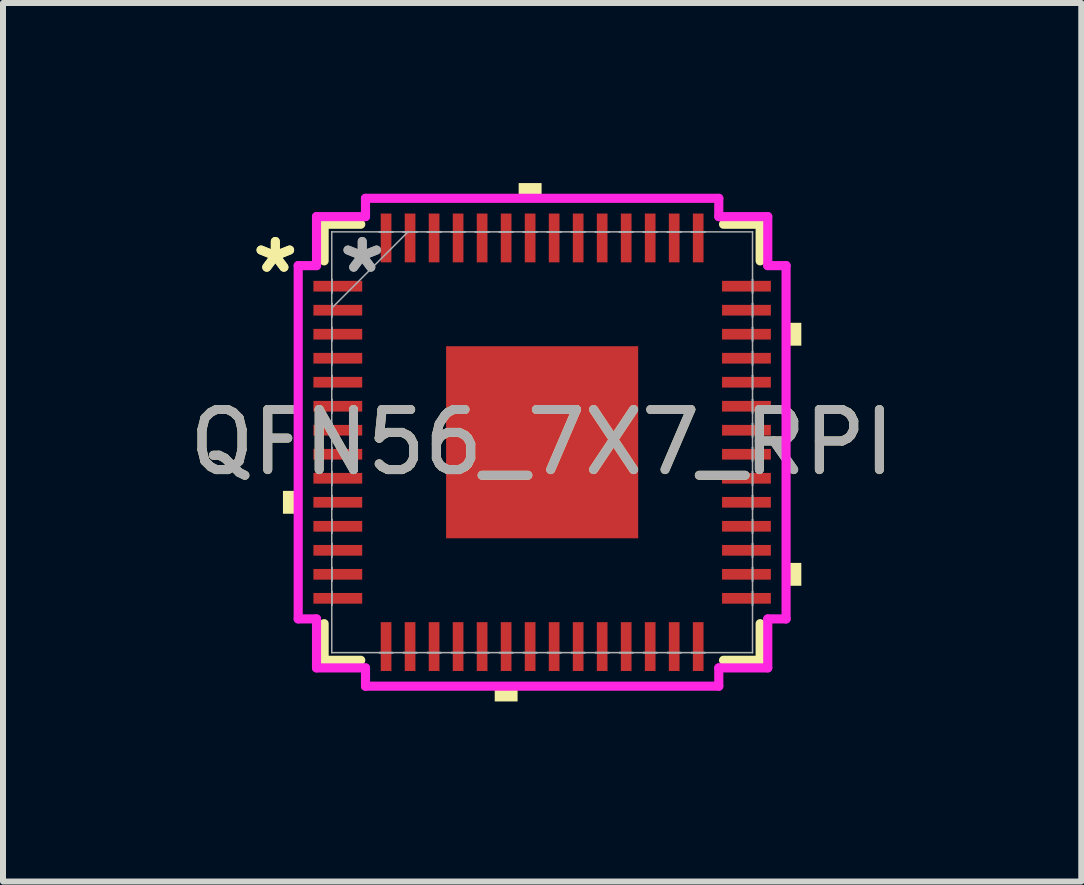
<source format=kicad_pcb>
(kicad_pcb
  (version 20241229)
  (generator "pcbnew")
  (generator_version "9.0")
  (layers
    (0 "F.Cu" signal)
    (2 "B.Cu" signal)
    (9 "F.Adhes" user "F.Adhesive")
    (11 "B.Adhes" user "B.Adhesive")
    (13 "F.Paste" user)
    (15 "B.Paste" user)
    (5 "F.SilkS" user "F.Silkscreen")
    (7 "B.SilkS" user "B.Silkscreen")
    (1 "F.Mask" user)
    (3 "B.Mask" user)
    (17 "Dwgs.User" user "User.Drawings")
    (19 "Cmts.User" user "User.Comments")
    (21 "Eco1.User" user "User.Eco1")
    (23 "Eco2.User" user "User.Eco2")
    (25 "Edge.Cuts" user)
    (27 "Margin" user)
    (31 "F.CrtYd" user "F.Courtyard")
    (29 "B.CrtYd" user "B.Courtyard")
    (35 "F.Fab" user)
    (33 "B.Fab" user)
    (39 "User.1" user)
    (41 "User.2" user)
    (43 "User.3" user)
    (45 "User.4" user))
  (footprint "QFN56_7X7_RPI"
    (layer "F.Cu")
    (at 5.982 4.318)
    (property "Reference" "QFN56_7X7_RPI" (at 0 0 0) (unlocked yes) (layer "F.SilkS") (effects (font (size 1 1) (thickness 0.15))))
    (attr smd)
    (fp_line (start -3.632 -3.632) (end -3.632 -3.022) (stroke (width 0.152) (type solid)) (layer "F.SilkS"))
    (fp_line (start -3.632 3.022) (end -3.632 3.632) (stroke (width 0.152) (type solid)) (layer "F.SilkS"))
    (fp_line (start -3.632 3.632) (end -3.022 3.632) (stroke (width 0.152) (type solid)) (layer "F.SilkS"))
    (fp_line (start -3.022 -3.632) (end -3.632 -3.632) (stroke (width 0.152) (type solid)) (layer "F.SilkS"))
    (fp_line (start 3.022 3.632) (end 3.632 3.632) (stroke (width 0.152) (type solid)) (layer "F.SilkS"))
    (fp_line (start 3.632 -3.632) (end 3.022 -3.632) (stroke (width 0.152) (type solid)) (layer "F.SilkS"))
    (fp_line (start 3.632 -3.022) (end 3.632 -3.632) (stroke (width 0.152) (type solid)) (layer "F.SilkS"))
    (fp_line (start 3.632 3.632) (end 3.632 3.022) (stroke (width 0.152) (type solid)) (layer "F.SilkS"))
    (fp_poly (pts (xy -4.318 0.81) (xy -4.318 1.191) (xy -4.064 1.191) (xy -4.064 0.81)) (stroke (width 0) (type solid)) (fill yes) (layer "F.SilkS"))
    (fp_poly (pts (xy -0.79 4.064) (xy -0.79 4.318) (xy -0.409 4.318) (xy -0.409 4.064)) (stroke (width 0) (type solid)) (fill yes) (layer "F.SilkS"))
    (fp_poly (pts (xy -0.391 -4.064) (xy -0.391 -4.318) (xy -0.009 -4.318) (xy -0.009 -4.064)) (stroke (width 0) (type solid)) (fill yes) (layer "F.SilkS"))
    (fp_poly (pts (xy 4.318 -1.99) (xy 4.318 -1.609) (xy 4.064 -1.609) (xy 4.064 -1.99)) (stroke (width 0) (type solid)) (fill yes) (layer "F.SilkS"))
    (fp_poly (pts (xy 4.318 2.01) (xy 4.318 2.391) (xy 4.064 2.391) (xy 4.064 2.01)) (stroke (width 0) (type solid)) (fill yes) (layer "F.SilkS"))
    (fp_poly (pts (xy -1.5 -1.5) (xy -1.5 -0.1) (xy -0.1 -0.1) (xy -0.1 -1.5)) (stroke (width 0) (type solid)) (fill yes) (layer "F.Paste"))
    (fp_poly (pts (xy -1.5 0.1) (xy -1.5 1.5) (xy -0.1 1.5) (xy -0.1 0.1)) (stroke (width 0) (type solid)) (fill yes) (layer "F.Paste"))
    (fp_poly (pts (xy 0.1 -1.5) (xy 0.1 -0.1) (xy 1.5 -0.1) (xy 1.5 -1.5)) (stroke (width 0) (type solid)) (fill yes) (layer "F.Paste"))
    (fp_poly (pts (xy 0.1 0.1) (xy 0.1 1.5) (xy 1.5 1.5) (xy 1.5 0.1)) (stroke (width 0) (type solid)) (fill yes) (layer "F.Paste"))
    (fp_line (start -4.064 -2.943) (end -3.759 -2.943) (stroke (width 0.152) (type solid)) (layer "F.CrtYd"))
    (fp_line (start -4.064 2.943) (end -4.064 -2.943) (stroke (width 0.152) (type solid)) (layer "F.CrtYd"))
    (fp_line (start -3.759 -3.759) (end -2.943 -3.759) (stroke (width 0.152) (type solid)) (layer "F.CrtYd"))
    (fp_line (start -3.759 -2.943) (end -3.759 -3.759) (stroke (width 0.152) (type solid)) (layer "F.CrtYd"))
    (fp_line (start -3.759 2.943) (end -4.064 2.943) (stroke (width 0.152) (type solid)) (layer "F.CrtYd"))
    (fp_line (start -3.759 3.759) (end -3.759 2.943) (stroke (width 0.152) (type solid)) (layer "F.CrtYd"))
    (fp_line (start -2.943 -4.064) (end 2.943 -4.064) (stroke (width 0.152) (type solid)) (layer "F.CrtYd"))
    (fp_line (start -2.943 -3.759) (end -2.943 -4.064) (stroke (width 0.152) (type solid)) (layer "F.CrtYd"))
    (fp_line (start -2.943 3.759) (end -3.759 3.759) (stroke (width 0.152) (type solid)) (layer "F.CrtYd"))
    (fp_line (start -2.943 4.064) (end -2.943 3.759) (stroke (width 0.152) (type solid)) (layer "F.CrtYd"))
    (fp_line (start 2.943 -4.064) (end 2.943 -3.759) (stroke (width 0.152) (type solid)) (layer "F.CrtYd"))
    (fp_line (start 2.943 -3.759) (end 3.759 -3.759) (stroke (width 0.152) (type solid)) (layer "F.CrtYd"))
    (fp_line (start 2.943 3.759) (end 2.943 4.064) (stroke (width 0.152) (type solid)) (layer "F.CrtYd"))
    (fp_line (start 2.943 4.064) (end -2.943 4.064) (stroke (width 0.152) (type solid)) (layer "F.CrtYd"))
    (fp_line (start 3.759 -3.759) (end 3.759 -2.943) (stroke (width 0.152) (type solid)) (layer "F.CrtYd"))
    (fp_line (start 3.759 -2.943) (end 4.064 -2.943) (stroke (width 0.152) (type solid)) (layer "F.CrtYd"))
    (fp_line (start 3.759 2.943) (end 3.759 3.759) (stroke (width 0.152) (type solid)) (layer "F.CrtYd"))
    (fp_line (start 3.759 3.759) (end 2.943 3.759) (stroke (width 0.152) (type solid)) (layer "F.CrtYd"))
    (fp_line (start 4.064 -2.943) (end 4.064 2.943) (stroke (width 0.152) (type solid)) (layer "F.CrtYd"))
    (fp_line (start 4.064 2.943) (end 3.759 2.943) (stroke (width 0.152) (type solid)) (layer "F.CrtYd"))
    (fp_line (start -3.505 -3.505) (end -3.505 -3.505) (stroke (width 0.025) (type solid)) (layer "F.Fab"))
    (fp_line (start -3.505 -3.505) (end -3.505 3.505) (stroke (width 0.025) (type solid)) (layer "F.Fab"))
    (fp_line (start -3.505 -2.714) (end -3.505 -2.714) (stroke (width 0.025) (type solid)) (layer "F.Fab"))
    (fp_line (start -3.505 -2.714) (end -3.505 -2.486) (stroke (width 0.025) (type solid)) (layer "F.Fab"))
    (fp_line (start -3.505 -2.486) (end -3.505 -2.714) (stroke (width 0.025) (type solid)) (layer "F.Fab"))
    (fp_line (start -3.505 -2.486) (end -3.505 -2.486) (stroke (width 0.025) (type solid)) (layer "F.Fab"))
    (fp_line (start -3.505 -2.314) (end -3.505 -2.314) (stroke (width 0.025) (type solid)) (layer "F.Fab"))
    (fp_line (start -3.505 -2.314) (end -3.505 -2.086) (stroke (width 0.025) (type solid)) (layer "F.Fab"))
    (fp_line (start -3.505 -2.235) (end -2.235 -3.505) (stroke (width 0.025) (type solid)) (layer "F.Fab"))
    (fp_line (start -3.505 -2.086) (end -3.505 -2.314) (stroke (width 0.025) (type solid)) (layer "F.Fab"))
    (fp_line (start -3.505 -2.086) (end -3.505 -2.086) (stroke (width 0.025) (type solid)) (layer "F.Fab"))
    (fp_line (start -3.505 -1.914) (end -3.505 -1.914) (stroke (width 0.025) (type solid)) (layer "F.Fab"))
    (fp_line (start -3.505 -1.914) (end -3.505 -1.686) (stroke (width 0.025) (type solid)) (layer "F.Fab"))
    (fp_line (start -3.505 -1.686) (end -3.505 -1.914) (stroke (width 0.025) (type solid)) (layer "F.Fab"))
    (fp_line (start -3.505 -1.686) (end -3.505 -1.686) (stroke (width 0.025) (type solid)) (layer "F.Fab"))
    (fp_line (start -3.505 -1.514) (end -3.505 -1.514) (stroke (width 0.025) (type solid)) (layer "F.Fab"))
    (fp_line (start -3.505 -1.514) (end -3.505 -1.286) (stroke (width 0.025) (type solid)) (layer "F.Fab"))
    (fp_line (start -3.505 -1.286) (end -3.505 -1.514) (stroke (width 0.025) (type solid)) (layer "F.Fab"))
    (fp_line (start -3.505 -1.286) (end -3.505 -1.286) (stroke (width 0.025) (type solid)) (layer "F.Fab"))
    (fp_line (start -3.505 -1.114) (end -3.505 -1.114) (stroke (width 0.025) (type solid)) (layer "F.Fab"))
    (fp_line (start -3.505 -1.114) (end -3.505 -0.886) (stroke (width 0.025) (type solid)) (layer "F.Fab"))
    (fp_line (start -3.505 -0.886) (end -3.505 -1.114) (stroke (width 0.025) (type solid)) (layer "F.Fab"))
    (fp_line (start -3.505 -0.886) (end -3.505 -0.886) (stroke (width 0.025) (type solid)) (layer "F.Fab"))
    (fp_line (start -3.505 -0.714) (end -3.505 -0.714) (stroke (width 0.025) (type solid)) (layer "F.Fab"))
    (fp_line (start -3.505 -0.714) (end -3.505 -0.486) (stroke (width 0.025) (type solid)) (layer "F.Fab"))
    (fp_line (start -3.505 -0.486) (end -3.505 -0.714) (stroke (width 0.025) (type solid)) (layer "F.Fab"))
    (fp_line (start -3.505 -0.486) (end -3.505 -0.486) (stroke (width 0.025) (type solid)) (layer "F.Fab"))
    (fp_line (start -3.505 -0.314) (end -3.505 -0.314) (stroke (width 0.025) (type solid)) (layer "F.Fab"))
    (fp_line (start -3.505 -0.314) (end -3.505 -0.086) (stroke (width 0.025) (type solid)) (layer "F.Fab"))
    (fp_line (start -3.505 -0.086) (end -3.505 -0.314) (stroke (width 0.025) (type solid)) (layer "F.Fab"))
    (fp_line (start -3.505 -0.086) (end -3.505 -0.086) (stroke (width 0.025) (type solid)) (layer "F.Fab"))
    (fp_line (start -3.505 0.086) (end -3.505 0.086) (stroke (width 0.025) (type solid)) (layer "F.Fab"))
    (fp_line (start -3.505 0.086) (end -3.505 0.314) (stroke (width 0.025) (type solid)) (layer "F.Fab"))
    (fp_line (start -3.505 0.314) (end -3.505 0.086) (stroke (width 0.025) (type solid)) (layer "F.Fab"))
    (fp_line (start -3.505 0.314) (end -3.505 0.314) (stroke (width 0.025) (type solid)) (layer "F.Fab"))
    (fp_line (start -3.505 0.486) (end -3.505 0.486) (stroke (width 0.025) (type solid)) (layer "F.Fab"))
    (fp_line (start -3.505 0.486) (end -3.505 0.714) (stroke (width 0.025) (type solid)) (layer "F.Fab"))
    (fp_line (start -3.505 0.714) (end -3.505 0.486) (stroke (width 0.025) (type solid)) (layer "F.Fab"))
    (fp_line (start -3.505 0.714) (end -3.505 0.714) (stroke (width 0.025) (type solid)) (layer "F.Fab"))
    (fp_line (start -3.505 0.886) (end -3.505 0.886) (stroke (width 0.025) (type solid)) (layer "F.Fab"))
    (fp_line (start -3.505 0.886) (end -3.505 1.114) (stroke (width 0.025) (type solid)) (layer "F.Fab"))
    (fp_line (start -3.505 1.114) (end -3.505 0.886) (stroke (width 0.025) (type solid)) (layer "F.Fab"))
    (fp_line (start -3.505 1.114) (end -3.505 1.114) (stroke (width 0.025) (type solid)) (layer "F.Fab"))
    (fp_line (start -3.505 1.286) (end -3.505 1.286) (stroke (width 0.025) (type solid)) (layer "F.Fab"))
    (fp_line (start -3.505 1.286) (end -3.505 1.514) (stroke (width 0.025) (type solid)) (layer "F.Fab"))
    (fp_line (start -3.505 1.514) (end -3.505 1.286) (stroke (width 0.025) (type solid)) (layer "F.Fab"))
    (fp_line (start -3.505 1.514) (end -3.505 1.514) (stroke (width 0.025) (type solid)) (layer "F.Fab"))
    (fp_line (start -3.505 1.686) (end -3.505 1.686) (stroke (width 0.025) (type solid)) (layer "F.Fab"))
    (fp_line (start -3.505 1.686) (end -3.505 1.914) (stroke (width 0.025) (type solid)) (layer "F.Fab"))
    (fp_line (start -3.505 1.914) (end -3.505 1.686) (stroke (width 0.025) (type solid)) (layer "F.Fab"))
    (fp_line (start -3.505 1.914) (end -3.505 1.914) (stroke (width 0.025) (type solid)) (layer "F.Fab"))
    (fp_line (start -3.505 2.086) (end -3.505 2.086) (stroke (width 0.025) (type solid)) (layer "F.Fab"))
    (fp_line (start -3.505 2.086) (end -3.505 2.314) (stroke (width 0.025) (type solid)) (layer "F.Fab"))
    (fp_line (start -3.505 2.314) (end -3.505 2.086) (stroke (width 0.025) (type solid)) (layer "F.Fab"))
    (fp_line (start -3.505 2.314) (end -3.505 2.314) (stroke (width 0.025) (type solid)) (layer "F.Fab"))
    (fp_line (start -3.505 2.486) (end -3.505 2.486) (stroke (width 0.025) (type solid)) (layer "F.Fab"))
    (fp_line (start -3.505 2.486) (end -3.505 2.714) (stroke (width 0.025) (type solid)) (layer "F.Fab"))
    (fp_line (start -3.505 2.714) (end -3.505 2.486) (stroke (width 0.025) (type solid)) (layer "F.Fab"))
    (fp_line (start -3.505 2.714) (end -3.505 2.714) (stroke (width 0.025) (type solid)) (layer "F.Fab"))
    (fp_line (start -3.505 3.505) (end -3.505 3.505) (stroke (width 0.025) (type solid)) (layer "F.Fab"))
    (fp_line (start -3.505 3.505) (end 3.505 3.505) (stroke (width 0.025) (type solid)) (layer "F.Fab"))
    (fp_line (start -2.714 -3.505) (end -2.714 -3.505) (stroke (width 0.025) (type solid)) (layer "F.Fab"))
    (fp_line (start -2.714 -3.505) (end -2.486 -3.505) (stroke (width 0.025) (type solid)) (layer "F.Fab"))
    (fp_line (start -2.714 3.505) (end -2.714 3.505) (stroke (width 0.025) (type solid)) (layer "F.Fab"))
    (fp_line (start -2.714 3.505) (end -2.486 3.505) (stroke (width 0.025) (type solid)) (layer "F.Fab"))
    (fp_line (start -2.486 -3.505) (end -2.714 -3.505) (stroke (width 0.025) (type solid)) (layer "F.Fab"))
    (fp_line (start -2.486 -3.505) (end -2.486 -3.505) (stroke (width 0.025) (type solid)) (layer "F.Fab"))
    (fp_line (start -2.486 3.505) (end -2.714 3.505) (stroke (width 0.025) (type solid)) (layer "F.Fab"))
    (fp_line (start -2.486 3.505) (end -2.486 3.505) (stroke (width 0.025) (type solid)) (layer "F.Fab"))
    (fp_line (start -2.314 -3.505) (end -2.314 -3.505) (stroke (width 0.025) (type solid)) (layer "F.Fab"))
    (fp_line (start -2.314 -3.505) (end -2.086 -3.505) (stroke (width 0.025) (type solid)) (layer "F.Fab"))
    (fp_line (start -2.314 3.505) (end -2.314 3.505) (stroke (width 0.025) (type solid)) (layer "F.Fab"))
    (fp_line (start -2.314 3.505) (end -2.086 3.505) (stroke (width 0.025) (type solid)) (layer "F.Fab"))
    (fp_line (start -2.086 -3.505) (end -2.314 -3.505) (stroke (width 0.025) (type solid)) (layer "F.Fab"))
    (fp_line (start -2.086 -3.505) (end -2.086 -3.505) (stroke (width 0.025) (type solid)) (layer "F.Fab"))
    (fp_line (start -2.086 3.505) (end -2.314 3.505) (stroke (width 0.025) (type solid)) (layer "F.Fab"))
    (fp_line (start -2.086 3.505) (end -2.086 3.505) (stroke (width 0.025) (type solid)) (layer "F.Fab"))
    (fp_line (start -1.914 -3.505) (end -1.914 -3.505) (stroke (width 0.025) (type solid)) (layer "F.Fab"))
    (fp_line (start -1.914 -3.505) (end -1.686 -3.505) (stroke (width 0.025) (type solid)) (layer "F.Fab"))
    (fp_line (start -1.914 3.505) (end -1.914 3.505) (stroke (width 0.025) (type solid)) (layer "F.Fab"))
    (fp_line (start -1.914 3.505) (end -1.686 3.505) (stroke (width 0.025) (type solid)) (layer "F.Fab"))
    (fp_line (start -1.686 -3.505) (end -1.914 -3.505) (stroke (width 0.025) (type solid)) (layer "F.Fab"))
    (fp_line (start -1.686 -3.505) (end -1.686 -3.505) (stroke (width 0.025) (type solid)) (layer "F.Fab"))
    (fp_line (start -1.686 3.505) (end -1.914 3.505) (stroke (width 0.025) (type solid)) (layer "F.Fab"))
    (fp_line (start -1.686 3.505) (end -1.686 3.505) (stroke (width 0.025) (type solid)) (layer "F.Fab"))
    (fp_line (start -1.514 -3.505) (end -1.514 -3.505) (stroke (width 0.025) (type solid)) (layer "F.Fab"))
    (fp_line (start -1.514 -3.505) (end -1.286 -3.505) (stroke (width 0.025) (type solid)) (layer "F.Fab"))
    (fp_line (start -1.514 3.505) (end -1.514 3.505) (stroke (width 0.025) (type solid)) (layer "F.Fab"))
    (fp_line (start -1.514 3.505) (end -1.286 3.505) (stroke (width 0.025) (type solid)) (layer "F.Fab"))
    (fp_line (start -1.286 -3.505) (end -1.514 -3.505) (stroke (width 0.025) (type solid)) (layer "F.Fab"))
    (fp_line (start -1.286 -3.505) (end -1.286 -3.505) (stroke (width 0.025) (type solid)) (layer "F.Fab"))
    (fp_line (start -1.286 3.505) (end -1.514 3.505) (stroke (width 0.025) (type solid)) (layer "F.Fab"))
    (fp_line (start -1.286 3.505) (end -1.286 3.505) (stroke (width 0.025) (type solid)) (layer "F.Fab"))
    (fp_line (start -1.114 -3.505) (end -1.114 -3.505) (stroke (width 0.025) (type solid)) (layer "F.Fab"))
    (fp_line (start -1.114 -3.505) (end -0.886 -3.505) (stroke (width 0.025) (type solid)) (layer "F.Fab"))
    (fp_line (start -1.114 3.505) (end -1.114 3.505) (stroke (width 0.025) (type solid)) (layer "F.Fab"))
    (fp_line (start -1.114 3.505) (end -0.886 3.505) (stroke (width 0.025) (type solid)) (layer "F.Fab"))
    (fp_line (start -0.886 -3.505) (end -1.114 -3.505) (stroke (width 0.025) (type solid)) (layer "F.Fab"))
    (fp_line (start -0.886 -3.505) (end -0.886 -3.505) (stroke (width 0.025) (type solid)) (layer "F.Fab"))
    (fp_line (start -0.886 3.505) (end -1.114 3.505) (stroke (width 0.025) (type solid)) (layer "F.Fab"))
    (fp_line (start -0.886 3.505) (end -0.886 3.505) (stroke (width 0.025) (type solid)) (layer "F.Fab"))
    (fp_line (start -0.714 -3.505) (end -0.714 -3.505) (stroke (width 0.025) (type solid)) (layer "F.Fab"))
    (fp_line (start -0.714 -3.505) (end -0.486 -3.505) (stroke (width 0.025) (type solid)) (layer "F.Fab"))
    (fp_line (start -0.714 3.505) (end -0.714 3.505) (stroke (width 0.025) (type solid)) (layer "F.Fab"))
    (fp_line (start -0.714 3.505) (end -0.486 3.505) (stroke (width 0.025) (type solid)) (layer "F.Fab"))
    (fp_line (start -0.486 -3.505) (end -0.714 -3.505) (stroke (width 0.025) (type solid)) (layer "F.Fab"))
    (fp_line (start -0.486 -3.505) (end -0.486 -3.505) (stroke (width 0.025) (type solid)) (layer "F.Fab"))
    (fp_line (start -0.486 3.505) (end -0.714 3.505) (stroke (width 0.025) (type solid)) (layer "F.Fab"))
    (fp_line (start -0.486 3.505) (end -0.486 3.505) (stroke (width 0.025) (type solid)) (layer "F.Fab"))
    (fp_line (start -0.314 -3.505) (end -0.314 -3.505) (stroke (width 0.025) (type solid)) (layer "F.Fab"))
    (fp_line (start -0.314 -3.505) (end -0.086 -3.505) (stroke (width 0.025) (type solid)) (layer "F.Fab"))
    (fp_line (start -0.314 3.505) (end -0.314 3.505) (stroke (width 0.025) (type solid)) (layer "F.Fab"))
    (fp_line (start -0.314 3.505) (end -0.086 3.505) (stroke (width 0.025) (type solid)) (layer "F.Fab"))
    (fp_line (start -0.086 -3.505) (end -0.314 -3.505) (stroke (width 0.025) (type solid)) (layer "F.Fab"))
    (fp_line (start -0.086 -3.505) (end -0.086 -3.505) (stroke (width 0.025) (type solid)) (layer "F.Fab"))
    (fp_line (start -0.086 3.505) (end -0.314 3.505) (stroke (width 0.025) (type solid)) (layer "F.Fab"))
    (fp_line (start -0.086 3.505) (end -0.086 3.505) (stroke (width 0.025) (type solid)) (layer "F.Fab"))
    (fp_line (start 0.086 -3.505) (end 0.086 -3.505) (stroke (width 0.025) (type solid)) (layer "F.Fab"))
    (fp_line (start 0.086 -3.505) (end 0.314 -3.505) (stroke (width 0.025) (type solid)) (layer "F.Fab"))
    (fp_line (start 0.086 3.505) (end 0.086 3.505) (stroke (width 0.025) (type solid)) (layer "F.Fab"))
    (fp_line (start 0.086 3.505) (end 0.314 3.505) (stroke (width 0.025) (type solid)) (layer "F.Fab"))
    (fp_line (start 0.314 -3.505) (end 0.086 -3.505) (stroke (width 0.025) (type solid)) (layer "F.Fab"))
    (fp_line (start 0.314 -3.505) (end 0.314 -3.505) (stroke (width 0.025) (type solid)) (layer "F.Fab"))
    (fp_line (start 0.314 3.505) (end 0.086 3.505) (stroke (width 0.025) (type solid)) (layer "F.Fab"))
    (fp_line (start 0.314 3.505) (end 0.314 3.505) (stroke (width 0.025) (type solid)) (layer "F.Fab"))
    (fp_line (start 0.486 -3.505) (end 0.486 -3.505) (stroke (width 0.025) (type solid)) (layer "F.Fab"))
    (fp_line (start 0.486 -3.505) (end 0.714 -3.505) (stroke (width 0.025) (type solid)) (layer "F.Fab"))
    (fp_line (start 0.486 3.505) (end 0.486 3.505) (stroke (width 0.025) (type solid)) (layer "F.Fab"))
    (fp_line (start 0.486 3.505) (end 0.714 3.505) (stroke (width 0.025) (type solid)) (layer "F.Fab"))
    (fp_line (start 0.714 -3.505) (end 0.486 -3.505) (stroke (width 0.025) (type solid)) (layer "F.Fab"))
    (fp_line (start 0.714 -3.505) (end 0.714 -3.505) (stroke (width 0.025) (type solid)) (layer "F.Fab"))
    (fp_line (start 0.714 3.505) (end 0.486 3.505) (stroke (width 0.025) (type solid)) (layer "F.Fab"))
    (fp_line (start 0.714 3.505) (end 0.714 3.505) (stroke (width 0.025) (type solid)) (layer "F.Fab"))
    (fp_line (start 0.886 -3.505) (end 0.886 -3.505) (stroke (width 0.025) (type solid)) (layer "F.Fab"))
    (fp_line (start 0.886 -3.505) (end 1.114 -3.505) (stroke (width 0.025) (type solid)) (layer "F.Fab"))
    (fp_line (start 0.886 3.505) (end 0.886 3.505) (stroke (width 0.025) (type solid)) (layer "F.Fab"))
    (fp_line (start 0.886 3.505) (end 1.114 3.505) (stroke (width 0.025) (type solid)) (layer "F.Fab"))
    (fp_line (start 1.114 -3.505) (end 0.886 -3.505) (stroke (width 0.025) (type solid)) (layer "F.Fab"))
    (fp_line (start 1.114 -3.505) (end 1.114 -3.505) (stroke (width 0.025) (type solid)) (layer "F.Fab"))
    (fp_line (start 1.114 3.505) (end 0.886 3.505) (stroke (width 0.025) (type solid)) (layer "F.Fab"))
    (fp_line (start 1.114 3.505) (end 1.114 3.505) (stroke (width 0.025) (type solid)) (layer "F.Fab"))
    (fp_line (start 1.286 -3.505) (end 1.286 -3.505) (stroke (width 0.025) (type solid)) (layer "F.Fab"))
    (fp_line (start 1.286 -3.505) (end 1.514 -3.505) (stroke (width 0.025) (type solid)) (layer "F.Fab"))
    (fp_line (start 1.286 3.505) (end 1.286 3.505) (stroke (width 0.025) (type solid)) (layer "F.Fab"))
    (fp_line (start 1.286 3.505) (end 1.514 3.505) (stroke (width 0.025) (type solid)) (layer "F.Fab"))
    (fp_line (start 1.514 -3.505) (end 1.286 -3.505) (stroke (width 0.025) (type solid)) (layer "F.Fab"))
    (fp_line (start 1.514 -3.505) (end 1.514 -3.505) (stroke (width 0.025) (type solid)) (layer "F.Fab"))
    (fp_line (start 1.514 3.505) (end 1.286 3.505) (stroke (width 0.025) (type solid)) (layer "F.Fab"))
    (fp_line (start 1.514 3.505) (end 1.514 3.505) (stroke (width 0.025) (type solid)) (layer "F.Fab"))
    (fp_line (start 1.686 -3.505) (end 1.686 -3.505) (stroke (width 0.025) (type solid)) (layer "F.Fab"))
    (fp_line (start 1.686 -3.505) (end 1.914 -3.505) (stroke (width 0.025) (type solid)) (layer "F.Fab"))
    (fp_line (start 1.686 3.505) (end 1.686 3.505) (stroke (width 0.025) (type solid)) (layer "F.Fab"))
    (fp_line (start 1.686 3.505) (end 1.914 3.505) (stroke (width 0.025) (type solid)) (layer "F.Fab"))
    (fp_line (start 1.914 -3.505) (end 1.686 -3.505) (stroke (width 0.025) (type solid)) (layer "F.Fab"))
    (fp_line (start 1.914 -3.505) (end 1.914 -3.505) (stroke (width 0.025) (type solid)) (layer "F.Fab"))
    (fp_line (start 1.914 3.505) (end 1.686 3.505) (stroke (width 0.025) (type solid)) (layer "F.Fab"))
    (fp_line (start 1.914 3.505) (end 1.914 3.505) (stroke (width 0.025) (type solid)) (layer "F.Fab"))
    (fp_line (start 2.086 -3.505) (end 2.086 -3.505) (stroke (width 0.025) (type solid)) (layer "F.Fab"))
    (fp_line (start 2.086 -3.505) (end 2.314 -3.505) (stroke (width 0.025) (type solid)) (layer "F.Fab"))
    (fp_line (start 2.086 3.505) (end 2.086 3.505) (stroke (width 0.025) (type solid)) (layer "F.Fab"))
    (fp_line (start 2.086 3.505) (end 2.314 3.505) (stroke (width 0.025) (type solid)) (layer "F.Fab"))
    (fp_line (start 2.314 -3.505) (end 2.086 -3.505) (stroke (width 0.025) (type solid)) (layer "F.Fab"))
    (fp_line (start 2.314 -3.505) (end 2.314 -3.505) (stroke (width 0.025) (type solid)) (layer "F.Fab"))
    (fp_line (start 2.314 3.505) (end 2.086 3.505) (stroke (width 0.025) (type solid)) (layer "F.Fab"))
    (fp_line (start 2.314 3.505) (end 2.314 3.505) (stroke (width 0.025) (type solid)) (layer "F.Fab"))
    (fp_line (start 2.486 -3.505) (end 2.486 -3.505) (stroke (width 0.025) (type solid)) (layer "F.Fab"))
    (fp_line (start 2.486 -3.505) (end 2.714 -3.505) (stroke (width 0.025) (type solid)) (layer "F.Fab"))
    (fp_line (start 2.486 3.505) (end 2.486 3.505) (stroke (width 0.025) (type solid)) (layer "F.Fab"))
    (fp_line (start 2.486 3.505) (end 2.714 3.505) (stroke (width 0.025) (type solid)) (layer "F.Fab"))
    (fp_line (start 2.714 -3.505) (end 2.486 -3.505) (stroke (width 0.025) (type solid)) (layer "F.Fab"))
    (fp_line (start 2.714 -3.505) (end 2.714 -3.505) (stroke (width 0.025) (type solid)) (layer "F.Fab"))
    (fp_line (start 2.714 3.505) (end 2.486 3.505) (stroke (width 0.025) (type solid)) (layer "F.Fab"))
    (fp_line (start 2.714 3.505) (end 2.714 3.505) (stroke (width 0.025) (type solid)) (layer "F.Fab"))
    (fp_line (start 3.505 -3.505) (end -3.505 -3.505) (stroke (width 0.025) (type solid)) (layer "F.Fab"))
    (fp_line (start 3.505 -3.505) (end 3.505 -3.505) (stroke (width 0.025) (type solid)) (layer "F.Fab"))
    (fp_line (start 3.505 -2.714) (end 3.505 -2.714) (stroke (width 0.025) (type solid)) (layer "F.Fab"))
    (fp_line (start 3.505 -2.714) (end 3.505 -2.486) (stroke (width 0.025) (type solid)) (layer "F.Fab"))
    (fp_line (start 3.505 -2.486) (end 3.505 -2.714) (stroke (width 0.025) (type solid)) (layer "F.Fab"))
    (fp_line (start 3.505 -2.486) (end 3.505 -2.486) (stroke (width 0.025) (type solid)) (layer "F.Fab"))
    (fp_line (start 3.505 -2.314) (end 3.505 -2.314) (stroke (width 0.025) (type solid)) (layer "F.Fab"))
    (fp_line (start 3.505 -2.314) (end 3.505 -2.086) (stroke (width 0.025) (type solid)) (layer "F.Fab"))
    (fp_line (start 3.505 -2.086) (end 3.505 -2.314) (stroke (width 0.025) (type solid)) (layer "F.Fab"))
    (fp_line (start 3.505 -2.086) (end 3.505 -2.086) (stroke (width 0.025) (type solid)) (layer "F.Fab"))
    (fp_line (start 3.505 -1.914) (end 3.505 -1.914) (stroke (width 0.025) (type solid)) (layer "F.Fab"))
    (fp_line (start 3.505 -1.914) (end 3.505 -1.686) (stroke (width 0.025) (type solid)) (layer "F.Fab"))
    (fp_line (start 3.505 -1.686) (end 3.505 -1.914) (stroke (width 0.025) (type solid)) (layer "F.Fab"))
    (fp_line (start 3.505 -1.686) (end 3.505 -1.686) (stroke (width 0.025) (type solid)) (layer "F.Fab"))
    (fp_line (start 3.505 -1.514) (end 3.505 -1.514) (stroke (width 0.025) (type solid)) (layer "F.Fab"))
    (fp_line (start 3.505 -1.514) (end 3.505 -1.286) (stroke (width 0.025) (type solid)) (layer "F.Fab"))
    (fp_line (start 3.505 -1.286) (end 3.505 -1.514) (stroke (width 0.025) (type solid)) (layer "F.Fab"))
    (fp_line (start 3.505 -1.286) (end 3.505 -1.286) (stroke (width 0.025) (type solid)) (layer "F.Fab"))
    (fp_line (start 3.505 -1.114) (end 3.505 -1.114) (stroke (width 0.025) (type solid)) (layer "F.Fab"))
    (fp_line (start 3.505 -1.114) (end 3.505 -0.886) (stroke (width 0.025) (type solid)) (layer "F.Fab"))
    (fp_line (start 3.505 -0.886) (end 3.505 -1.114) (stroke (width 0.025) (type solid)) (layer "F.Fab"))
    (fp_line (start 3.505 -0.886) (end 3.505 -0.886) (stroke (width 0.025) (type solid)) (layer "F.Fab"))
    (fp_line (start 3.505 -0.714) (end 3.505 -0.714) (stroke (width 0.025) (type solid)) (layer "F.Fab"))
    (fp_line (start 3.505 -0.714) (end 3.505 -0.486) (stroke (width 0.025) (type solid)) (layer "F.Fab"))
    (fp_line (start 3.505 -0.486) (end 3.505 -0.714) (stroke (width 0.025) (type solid)) (layer "F.Fab"))
    (fp_line (start 3.505 -0.486) (end 3.505 -0.486) (stroke (width 0.025) (type solid)) (layer "F.Fab"))
    (fp_line (start 3.505 -0.314) (end 3.505 -0.314) (stroke (width 0.025) (type solid)) (layer "F.Fab"))
    (fp_line (start 3.505 -0.314) (end 3.505 -0.086) (stroke (width 0.025) (type solid)) (layer "F.Fab"))
    (fp_line (start 3.505 -0.086) (end 3.505 -0.314) (stroke (width 0.025) (type solid)) (layer "F.Fab"))
    (fp_line (start 3.505 -0.086) (end 3.505 -0.086) (stroke (width 0.025) (type solid)) (layer "F.Fab"))
    (fp_line (start 3.505 0.086) (end 3.505 0.086) (stroke (width 0.025) (type solid)) (layer "F.Fab"))
    (fp_line (start 3.505 0.086) (end 3.505 0.314) (stroke (width 0.025) (type solid)) (layer "F.Fab"))
    (fp_line (start 3.505 0.314) (end 3.505 0.086) (stroke (width 0.025) (type solid)) (layer "F.Fab"))
    (fp_line (start 3.505 0.314) (end 3.505 0.314) (stroke (width 0.025) (type solid)) (layer "F.Fab"))
    (fp_line (start 3.505 0.486) (end 3.505 0.486) (stroke (width 0.025) (type solid)) (layer "F.Fab"))
    (fp_line (start 3.505 0.486) (end 3.505 0.714) (stroke (width 0.025) (type solid)) (layer "F.Fab"))
    (fp_line (start 3.505 0.714) (end 3.505 0.486) (stroke (width 0.025) (type solid)) (layer "F.Fab"))
    (fp_line (start 3.505 0.714) (end 3.505 0.714) (stroke (width 0.025) (type solid)) (layer "F.Fab"))
    (fp_line (start 3.505 0.886) (end 3.505 0.886) (stroke (width 0.025) (type solid)) (layer "F.Fab"))
    (fp_line (start 3.505 0.886) (end 3.505 1.114) (stroke (width 0.025) (type solid)) (layer "F.Fab"))
    (fp_line (start 3.505 1.114) (end 3.505 0.886) (stroke (width 0.025) (type solid)) (layer "F.Fab"))
    (fp_line (start 3.505 1.114) (end 3.505 1.114) (stroke (width 0.025) (type solid)) (layer "F.Fab"))
    (fp_line (start 3.505 1.286) (end 3.505 1.286) (stroke (width 0.025) (type solid)) (layer "F.Fab"))
    (fp_line (start 3.505 1.286) (end 3.505 1.514) (stroke (width 0.025) (type solid)) (layer "F.Fab"))
    (fp_line (start 3.505 1.514) (end 3.505 1.286) (stroke (width 0.025) (type solid)) (layer "F.Fab"))
    (fp_line (start 3.505 1.514) (end 3.505 1.514) (stroke (width 0.025) (type solid)) (layer "F.Fab"))
    (fp_line (start 3.505 1.686) (end 3.505 1.686) (stroke (width 0.025) (type solid)) (layer "F.Fab"))
    (fp_line (start 3.505 1.686) (end 3.505 1.914) (stroke (width 0.025) (type solid)) (layer "F.Fab"))
    (fp_line (start 3.505 1.914) (end 3.505 1.686) (stroke (width 0.025) (type solid)) (layer "F.Fab"))
    (fp_line (start 3.505 1.914) (end 3.505 1.914) (stroke (width 0.025) (type solid)) (layer "F.Fab"))
    (fp_line (start 3.505 2.086) (end 3.505 2.086) (stroke (width 0.025) (type solid)) (layer "F.Fab"))
    (fp_line (start 3.505 2.086) (end 3.505 2.314) (stroke (width 0.025) (type solid)) (layer "F.Fab"))
    (fp_line (start 3.505 2.314) (end 3.505 2.086) (stroke (width 0.025) (type solid)) (layer "F.Fab"))
    (fp_line (start 3.505 2.314) (end 3.505 2.314) (stroke (width 0.025) (type solid)) (layer "F.Fab"))
    (fp_line (start 3.505 2.486) (end 3.505 2.486) (stroke (width 0.025) (type solid)) (layer "F.Fab"))
    (fp_line (start 3.505 2.486) (end 3.505 2.714) (stroke (width 0.025) (type solid)) (layer "F.Fab"))
    (fp_line (start 3.505 2.714) (end 3.505 2.486) (stroke (width 0.025) (type solid)) (layer "F.Fab"))
    (fp_line (start 3.505 2.714) (end 3.505 2.714) (stroke (width 0.025) (type solid)) (layer "F.Fab"))
    (fp_line (start 3.505 3.505) (end 3.505 -3.505) (stroke (width 0.025) (type solid)) (layer "F.Fab"))
    (fp_line (start 3.505 3.505) (end 3.505 3.505) (stroke (width 0.025) (type solid)) (layer "F.Fab"))
    (fp_text user "*" (at -4.445 -2.8 0) (layer "F.SilkS") (effects (font (size 1 1) (thickness 0.15))))
    (fp_text user "*" (at -4.445 -2.8 0) (unlocked yes) (layer "F.SilkS") (effects (font (size 1 1) (thickness 0.15))))
    (fp_text user "*" (at -2.997 -2.8 0) (layer "F.Fab") (effects (font (size 1 1) (thickness 0.15))))
    (fp_text user "*" (at -2.997 -2.8 0) (unlocked yes) (layer "F.Fab") (effects (font (size 1 1) (thickness 0.15))))
    (fp_text user "${REFERENCE}" (at 0 0 0) (unlocked yes) (layer "F.Fab") (effects (font (size 1 1) (thickness 0.15))))
    (pad "1" smd rect (at -3.404 -2.6 90) (size 0.178 0.813) (layers "F.Cu" "F.Mask" "F.Paste"))
    (pad "2" smd rect (at -3.404 -2.2 90) (size 0.178 0.813) (layers "F.Cu" "F.Mask" "F.Paste"))
    (pad "3" smd rect (at -3.404 -1.8 90) (size 0.178 0.813) (layers "F.Cu" "F.Mask" "F.Paste"))
    (pad "4" smd rect (at -3.404 -1.4 90) (size 0.178 0.813) (layers "F.Cu" "F.Mask" "F.Paste"))
    (pad "5" smd rect (at -3.404 -1 90) (size 0.178 0.813) (layers "F.Cu" "F.Mask" "F.Paste"))
    (pad "6" smd rect (at -3.404 -0.6 90) (size 0.178 0.813) (layers "F.Cu" "F.Mask" "F.Paste"))
    (pad "7" smd rect (at -3.404 -0.2 90) (size 0.178 0.813) (layers "F.Cu" "F.Mask" "F.Paste"))
    (pad "8" smd rect (at -3.404 0.2 90) (size 0.178 0.813) (layers "F.Cu" "F.Mask" "F.Paste"))
    (pad "9" smd rect (at -3.404 0.6 90) (size 0.178 0.813) (layers "F.Cu" "F.Mask" "F.Paste"))
    (pad "10" smd rect (at -3.404 1 90) (size 0.178 0.813) (layers "F.Cu" "F.Mask" "F.Paste"))
    (pad "11" smd rect (at -3.404 1.4 90) (size 0.178 0.813) (layers "F.Cu" "F.Mask" "F.Paste"))
    (pad "12" smd rect (at -3.404 1.8 90) (size 0.178 0.813) (layers "F.Cu" "F.Mask" "F.Paste"))
    (pad "13" smd rect (at -3.404 2.2 90) (size 0.178 0.813) (layers "F.Cu" "F.Mask" "F.Paste"))
    (pad "14" smd rect (at -3.404 2.6 90) (size 0.178 0.813) (layers "F.Cu" "F.Mask" "F.Paste"))
    (pad "15" smd rect (at -2.6 3.404) (size 0.178 0.813) (layers "F.Cu" "F.Mask" "F.Paste"))
    (pad "16" smd rect (at -2.2 3.404) (size 0.178 0.813) (layers "F.Cu" "F.Mask" "F.Paste"))
    (pad "17" smd rect (at -1.8 3.404) (size 0.178 0.813) (layers "F.Cu" "F.Mask" "F.Paste"))
    (pad "18" smd rect (at -1.4 3.404) (size 0.178 0.813) (layers "F.Cu" "F.Mask" "F.Paste"))
    (pad "19" smd rect (at -1 3.404) (size 0.178 0.813) (layers "F.Cu" "F.Mask" "F.Paste"))
    (pad "20" smd rect (at -0.6 3.404) (size 0.178 0.813) (layers "F.Cu" "F.Mask" "F.Paste"))
    (pad "21" smd rect (at -0.2 3.404) (size 0.178 0.813) (layers "F.Cu" "F.Mask" "F.Paste"))
    (pad "22" smd rect (at 0.2 3.404) (size 0.178 0.813) (layers "F.Cu" "F.Mask" "F.Paste"))
    (pad "23" smd rect (at 0.6 3.404) (size 0.178 0.813) (layers "F.Cu" "F.Mask" "F.Paste"))
    (pad "24" smd rect (at 1 3.404) (size 0.178 0.813) (layers "F.Cu" "F.Mask" "F.Paste"))
    (pad "25" smd rect (at 1.4 3.404) (size 0.178 0.813) (layers "F.Cu" "F.Mask" "F.Paste"))
    (pad "26" smd rect (at 1.8 3.404) (size 0.178 0.813) (layers "F.Cu" "F.Mask" "F.Paste"))
    (pad "27" smd rect (at 2.2 3.404) (size 0.178 0.813) (layers "F.Cu" "F.Mask" "F.Paste"))
    (pad "28" smd rect (at 2.6 3.404) (size 0.178 0.813) (layers "F.Cu" "F.Mask" "F.Paste"))
    (pad "29" smd rect (at 3.404 2.6 90) (size 0.178 0.813) (layers "F.Cu" "F.Mask" "F.Paste"))
    (pad "30" smd rect (at 3.404 2.2 90) (size 0.178 0.813) (layers "F.Cu" "F.Mask" "F.Paste"))
    (pad "31" smd rect (at 3.404 1.8 90) (size 0.178 0.813) (layers "F.Cu" "F.Mask" "F.Paste"))
    (pad "32" smd rect (at 3.404 1.4 90) (size 0.178 0.813) (layers "F.Cu" "F.Mask" "F.Paste"))
    (pad "33" smd rect (at 3.404 1 90) (size 0.178 0.813) (layers "F.Cu" "F.Mask" "F.Paste"))
    (pad "34" smd rect (at 3.404 0.6 90) (size 0.178 0.813) (layers "F.Cu" "F.Mask" "F.Paste"))
    (pad "35" smd rect (at 3.404 0.2 90) (size 0.178 0.813) (layers "F.Cu" "F.Mask" "F.Paste"))
    (pad "36" smd rect (at 3.404 -0.2 90) (size 0.178 0.813) (layers "F.Cu" "F.Mask" "F.Paste"))
    (pad "37" smd rect (at 3.404 -0.6 90) (size 0.178 0.813) (layers "F.Cu" "F.Mask" "F.Paste"))
    (pad "38" smd rect (at 3.404 -1 90) (size 0.178 0.813) (layers "F.Cu" "F.Mask" "F.Paste"))
    (pad "39" smd rect (at 3.404 -1.4 90) (size 0.178 0.813) (layers "F.Cu" "F.Mask" "F.Paste"))
    (pad "40" smd rect (at 3.404 -1.8 90) (size 0.178 0.813) (layers "F.Cu" "F.Mask" "F.Paste"))
    (pad "41" smd rect (at 3.404 -2.2 90) (size 0.178 0.813) (layers "F.Cu" "F.Mask" "F.Paste"))
    (pad "42" smd rect (at 3.404 -2.6 90) (size 0.178 0.813) (layers "F.Cu" "F.Mask" "F.Paste"))
    (pad "43" smd rect (at 2.6 -3.404) (size 0.178 0.813) (layers "F.Cu" "F.Mask" "F.Paste"))
    (pad "44" smd rect (at 2.2 -3.404) (size 0.178 0.813) (layers "F.Cu" "F.Mask" "F.Paste"))
    (pad "45" smd rect (at 1.8 -3.404) (size 0.178 0.813) (layers "F.Cu" "F.Mask" "F.Paste"))
    (pad "46" smd rect (at 1.4 -3.404) (size 0.178 0.813) (layers "F.Cu" "F.Mask" "F.Paste"))
    (pad "47" smd rect (at 1 -3.404) (size 0.178 0.813) (layers "F.Cu" "F.Mask" "F.Paste"))
    (pad "48" smd rect (at 0.6 -3.404) (size 0.178 0.813) (layers "F.Cu" "F.Mask" "F.Paste"))
    (pad "49" smd rect (at 0.2 -3.404) (size 0.178 0.813) (layers "F.Cu" "F.Mask" "F.Paste"))
    (pad "50" smd rect (at -0.2 -3.404) (size 0.178 0.813) (layers "F.Cu" "F.Mask" "F.Paste"))
    (pad "51" smd rect (at -0.6 -3.404) (size 0.178 0.813) (layers "F.Cu" "F.Mask" "F.Paste"))
    (pad "52" smd rect (at -1 -3.404) (size 0.178 0.813) (layers "F.Cu" "F.Mask" "F.Paste"))
    (pad "53" smd rect (at -1.4 -3.404) (size 0.178 0.813) (layers "F.Cu" "F.Mask" "F.Paste"))
    (pad "54" smd rect (at -1.8 -3.404) (size 0.178 0.813) (layers "F.Cu" "F.Mask" "F.Paste"))
    (pad "55" smd rect (at -2.2 -3.404) (size 0.178 0.813) (layers "F.Cu" "F.Mask" "F.Paste"))
    (pad "56" smd rect (at -2.6 -3.404) (size 0.178 0.813) (layers "F.Cu" "F.Mask" "F.Paste"))
    (pad "57" smd rect (at 0 0) (size 3.2 3.2) (layers "F.Cu" "F.Mask" "F.Paste")))
  (gr_rect
    (start -3 -3)
    (end 14.964 11.636)
    (stroke (width 0.1) (type default))
    (fill no)
    (layer "Edge.Cuts")))
</source>
